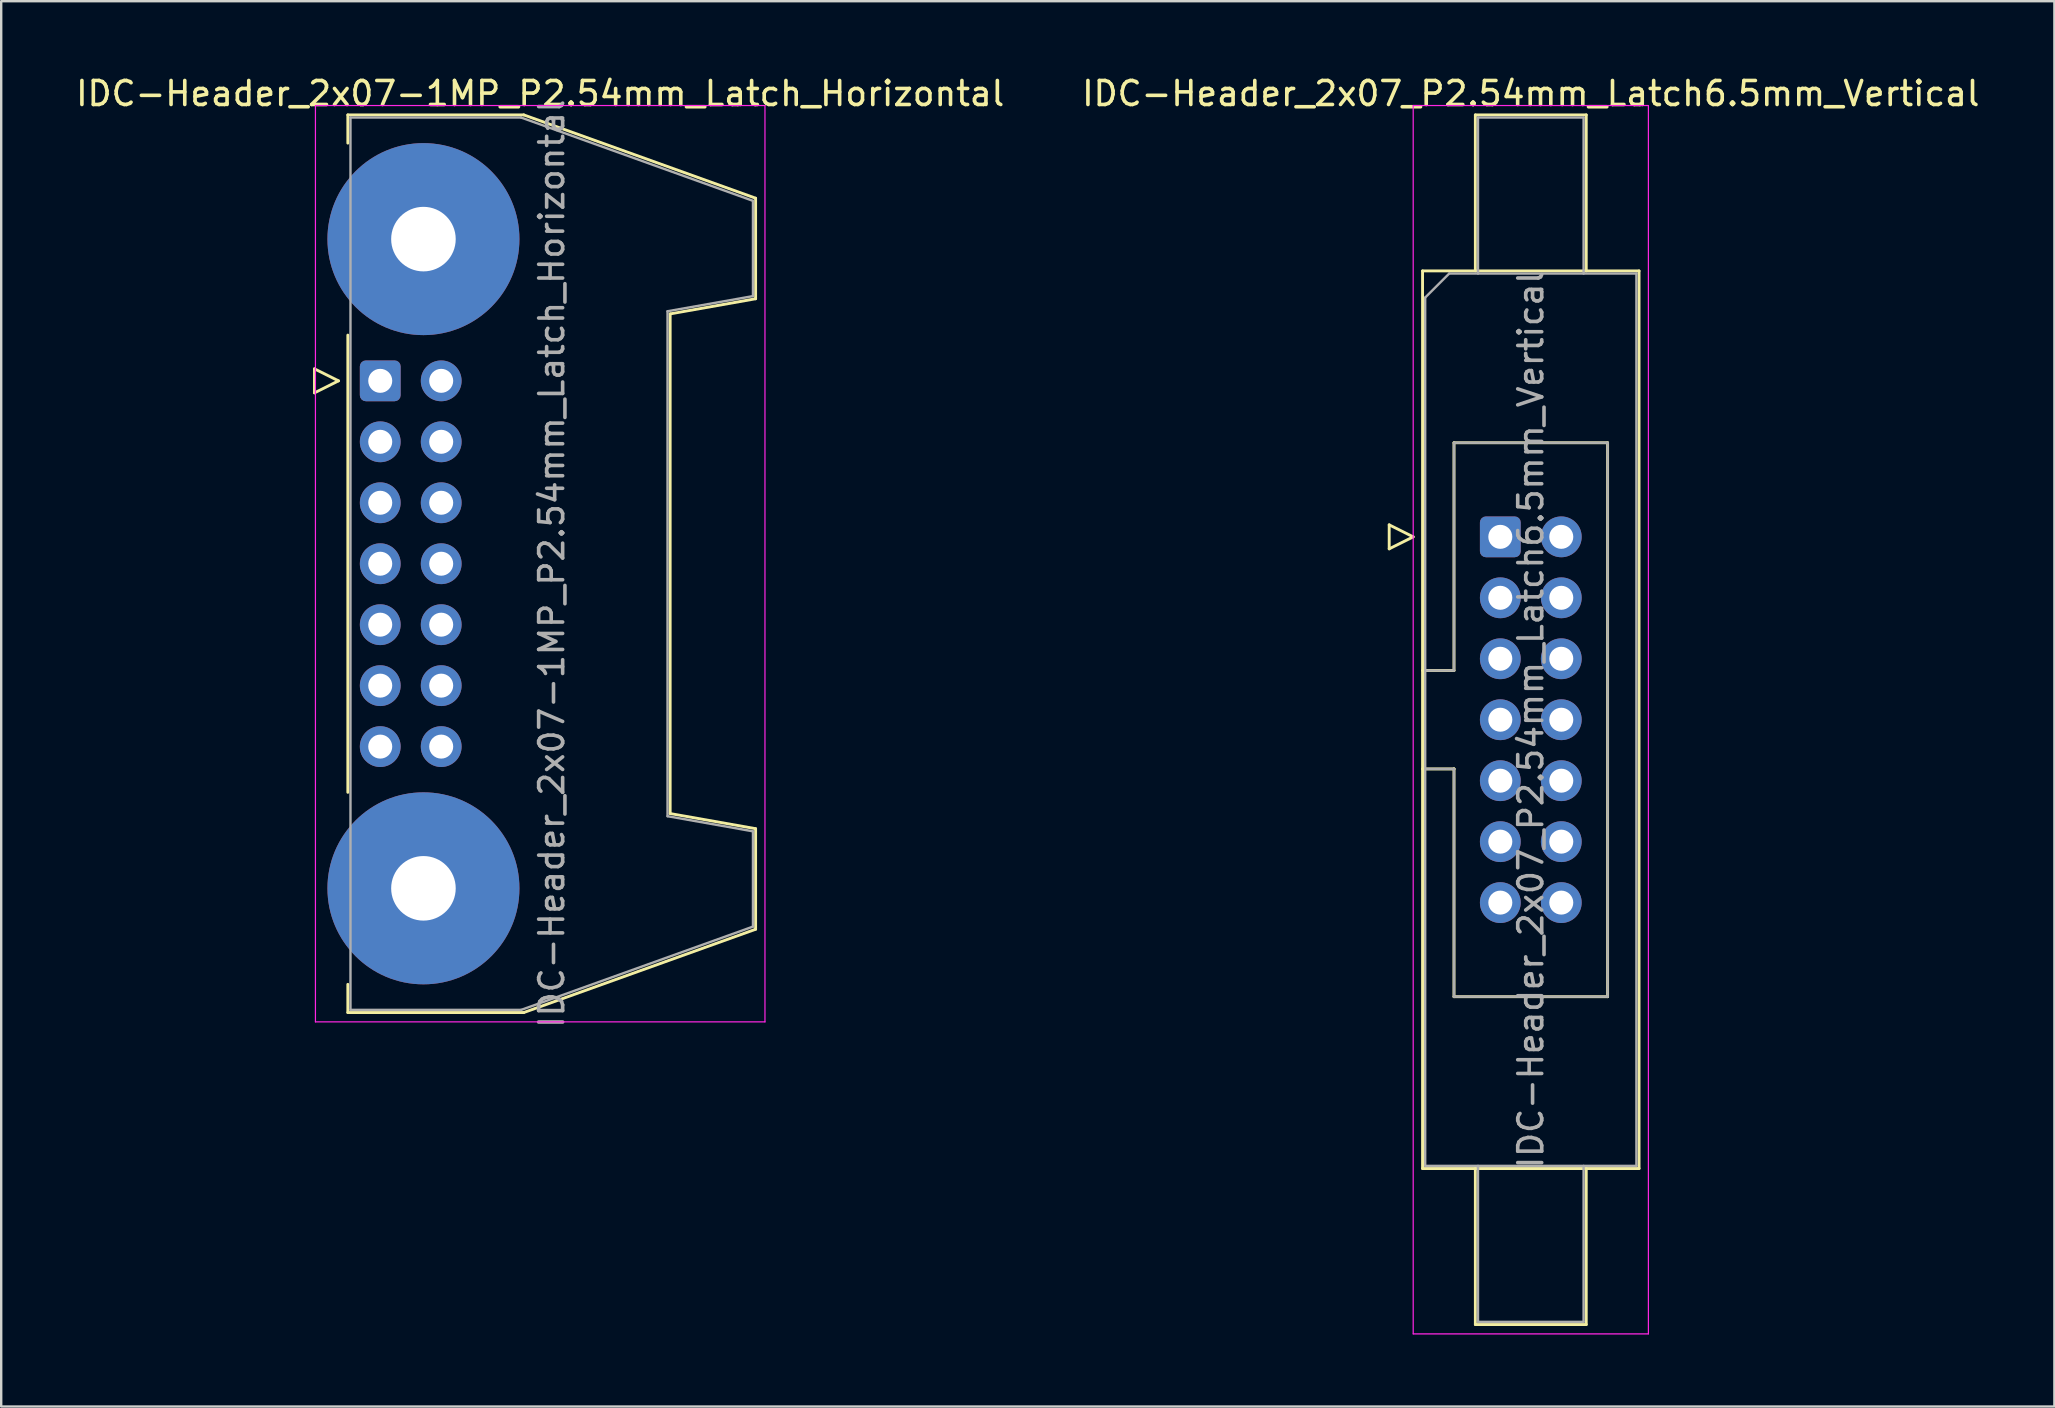
<source format=kicad_pcb>
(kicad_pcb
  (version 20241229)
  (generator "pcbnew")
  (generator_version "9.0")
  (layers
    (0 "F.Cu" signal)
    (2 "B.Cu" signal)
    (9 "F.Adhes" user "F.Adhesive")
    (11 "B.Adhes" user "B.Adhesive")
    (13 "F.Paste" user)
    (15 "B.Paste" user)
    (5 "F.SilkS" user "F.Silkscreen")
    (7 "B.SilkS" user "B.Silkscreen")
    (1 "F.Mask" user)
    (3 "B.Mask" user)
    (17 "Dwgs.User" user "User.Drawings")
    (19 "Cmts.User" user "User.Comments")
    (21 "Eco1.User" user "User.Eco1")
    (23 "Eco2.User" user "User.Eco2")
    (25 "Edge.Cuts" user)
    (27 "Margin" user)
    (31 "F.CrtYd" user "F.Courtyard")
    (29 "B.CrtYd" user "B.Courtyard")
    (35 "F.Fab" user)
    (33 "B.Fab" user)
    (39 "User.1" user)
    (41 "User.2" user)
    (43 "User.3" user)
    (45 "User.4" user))
  (footprint "IDC-Header_2x07-1MP_P2.54mm_Latch_Horizontal"
    (layer "F.Cu")
    (at 12.793 12.818)
    (property "Reference" "IDC-Header_2x07-1MP_P2.54mm_Latch_Horizontal" (at 6.665 -11.97 0) (layer "F.SilkS") (effects (font (size 1 1) (thickness 0.15))))
    (attr through_hole)
    (fp_line (start -2.74 -0.5) (end -2.74 0.5) (stroke (width 0.12) (type solid)) (layer "F.SilkS"))
    (fp_line (start -2.74 0.5) (end -1.74 0) (stroke (width 0.12) (type solid)) (layer "F.SilkS"))
    (fp_line (start -1.74 0) (end -2.74 -0.5) (stroke (width 0.12) (type solid)) (layer "F.SilkS"))
    (fp_line (start -1.35 -11.08) (end -1.35 -9.905) (stroke (width 0.12) (type solid)) (layer "F.SilkS"))
    (fp_line (start -1.35 -11.08) (end 5.98 -11.08) (stroke (width 0.12) (type solid)) (layer "F.SilkS"))
    (fp_line (start -1.35 -1.905) (end -1.35 17.145) (stroke (width 0.12) (type solid)) (layer "F.SilkS"))
    (fp_line (start -1.35 25.145) (end -1.35 26.32) (stroke (width 0.12) (type solid)) (layer "F.SilkS"))
    (fp_line (start 5.98 -11.08) (end 15.64 -7.61) (stroke (width 0.12) (type solid)) (layer "F.SilkS"))
    (fp_line (start 5.98 26.32) (end -1.35 26.32) (stroke (width 0.12) (type solid)) (layer "F.SilkS"))
    (fp_line (start 12.08 -2.79) (end 12.08 18.03) (stroke (width 0.12) (type solid)) (layer "F.SilkS"))
    (fp_line (start 12.08 18.03) (end 15.64 18.66) (stroke (width 0.12) (type solid)) (layer "F.SilkS"))
    (fp_line (start 15.64 -7.61) (end 15.64 -3.42) (stroke (width 0.12) (type solid)) (layer "F.SilkS"))
    (fp_line (start 15.64 -3.42) (end 12.08 -2.79) (stroke (width 0.12) (type solid)) (layer "F.SilkS"))
    (fp_line (start 15.64 18.66) (end 15.64 22.85) (stroke (width 0.12) (type solid)) (layer "F.SilkS"))
    (fp_line (start 15.64 22.85) (end 5.98 26.32) (stroke (width 0.12) (type solid)) (layer "F.SilkS"))
    (fp_line (start -2.7 -11.47) (end -2.7 26.71) (stroke (width 0.05) (type solid)) (layer "F.CrtYd"))
    (fp_line (start -2.7 26.71) (end 16.03 26.71) (stroke (width 0.05) (type solid)) (layer "F.CrtYd"))
    (fp_line (start 16.03 -11.47) (end -2.7 -11.47) (stroke (width 0.05) (type solid)) (layer "F.CrtYd"))
    (fp_line (start 16.03 26.71) (end 16.03 -11.47) (stroke (width 0.05) (type solid)) (layer "F.CrtYd"))
    (fp_line (start -1.24 -10.97) (end 5.87 -10.97) (stroke (width 0.1) (type solid)) (layer "F.Fab"))
    (fp_line (start -1.24 26.21) (end -1.24 -10.97) (stroke (width 0.1) (type solid)) (layer "F.Fab"))
    (fp_line (start 5.87 -10.97) (end 15.53 -7.5) (stroke (width 0.1) (type solid)) (layer "F.Fab"))
    (fp_line (start 5.87 26.21) (end -1.24 26.21) (stroke (width 0.1) (type solid)) (layer "F.Fab"))
    (fp_line (start 11.97 -2.9) (end 11.97 18.14) (stroke (width 0.1) (type solid)) (layer "F.Fab"))
    (fp_line (start 11.97 18.14) (end 15.53 18.77) (stroke (width 0.1) (type solid)) (layer "F.Fab"))
    (fp_line (start 15.53 -7.5) (end 15.53 -3.53) (stroke (width 0.1) (type solid)) (layer "F.Fab"))
    (fp_line (start 15.53 -3.53) (end 11.97 -2.9) (stroke (width 0.1) (type solid)) (layer "F.Fab"))
    (fp_line (start 15.53 18.77) (end 15.53 22.74) (stroke (width 0.1) (type solid)) (layer "F.Fab"))
    (fp_line (start 15.53 22.74) (end 5.87 26.21) (stroke (width 0.1) (type solid)) (layer "F.Fab"))
    (fp_text user "${REFERENCE}" (at 7.145 7.62 90) (layer "F.Fab") (effects (font (size 1 1) (thickness 0.15))))
    (pad "1" thru_hole roundrect (at 0 0) (size 1.7 1.7) (drill 1) (layers "*.Cu" "*.Mask") (roundrect_rratio 0.147))
    (pad "2" thru_hole circle (at 2.54 0) (size 1.7 1.7) (drill 1) (layers "*.Cu" "*.Mask"))
    (pad "3" thru_hole circle (at 0 2.54) (size 1.7 1.7) (drill 1) (layers "*.Cu" "*.Mask"))
    (pad "4" thru_hole circle (at 2.54 2.54) (size 1.7 1.7) (drill 1) (layers "*.Cu" "*.Mask"))
    (pad "5" thru_hole circle (at 0 5.08) (size 1.7 1.7) (drill 1) (layers "*.Cu" "*.Mask"))
    (pad "6" thru_hole circle (at 2.54 5.08) (size 1.7 1.7) (drill 1) (layers "*.Cu" "*.Mask"))
    (pad "7" thru_hole circle (at 0 7.62) (size 1.7 1.7) (drill 1) (layers "*.Cu" "*.Mask"))
    (pad "8" thru_hole circle (at 2.54 7.62) (size 1.7 1.7) (drill 1) (layers "*.Cu" "*.Mask"))
    (pad "9" thru_hole circle (at 0 10.16) (size 1.7 1.7) (drill 1) (layers "*.Cu" "*.Mask"))
    (pad "10" thru_hole circle (at 2.54 10.16) (size 1.7 1.7) (drill 1) (layers "*.Cu" "*.Mask"))
    (pad "11" thru_hole circle (at 0 12.7) (size 1.7 1.7) (drill 1) (layers "*.Cu" "*.Mask"))
    (pad "12" thru_hole circle (at 2.54 12.7) (size 1.7 1.7) (drill 1) (layers "*.Cu" "*.Mask"))
    (pad "13" thru_hole circle (at 0 15.24) (size 1.7 1.7) (drill 1) (layers "*.Cu" "*.Mask"))
    (pad "14" thru_hole circle (at 2.54 15.24) (size 1.7 1.7) (drill 1) (layers "*.Cu" "*.Mask"))
    (pad "MP" thru_hole circle (at 1.8 -5.905) (size 8 8) (drill 2.69) (layers "*.Cu" "*.Mask"))
    (pad "MP" thru_hole circle (at 1.8 21.145) (size 8 8) (drill 2.69) (layers "*.Cu" "*.Mask")))
  (footprint "IDC-Header_2x07_P2.54mm_Latch6.5mm_Vertical"
    (layer "F.Cu")
    (at 59.462 19.318)
    (property "Reference" "IDC-Header_2x07_P2.54mm_Latch6.5mm_Vertical" (at 1.27 -18.47 0) (layer "F.SilkS") (effects (font (size 1 1) (thickness 0.15))))
    (attr through_hole)
    (fp_line (start -4.63 -0.5) (end -4.63 0.5) (stroke (width 0.12) (type solid)) (layer "F.SilkS"))
    (fp_line (start -4.63 0.5) (end -3.63 0) (stroke (width 0.12) (type solid)) (layer "F.SilkS"))
    (fp_line (start -3.63 0) (end -4.63 -0.5) (stroke (width 0.12) (type solid)) (layer "F.SilkS"))
    (fp_line (start -3.24 -11.08) (end 5.78 -11.08) (stroke (width 0.12) (type solid)) (layer "F.SilkS"))
    (fp_line (start -3.24 5.57) (end -1.93 5.57) (stroke (width 0.12) (type solid)) (layer "F.SilkS"))
    (fp_line (start -3.24 26.32) (end -3.24 -11.08) (stroke (width 0.12) (type solid)) (layer "F.SilkS"))
    (fp_line (start -1.93 -3.92) (end 4.47 -3.92) (stroke (width 0.12) (type solid)) (layer "F.SilkS"))
    (fp_line (start -1.93 5.57) (end -1.93 -3.92) (stroke (width 0.12) (type solid)) (layer "F.SilkS"))
    (fp_line (start -1.93 9.67) (end -3.24 9.67) (stroke (width 0.12) (type solid)) (layer "F.SilkS"))
    (fp_line (start -1.93 9.67) (end -1.93 9.67) (stroke (width 0.12) (type solid)) (layer "F.SilkS"))
    (fp_line (start -1.93 19.16) (end -1.93 9.67) (stroke (width 0.12) (type solid)) (layer "F.SilkS"))
    (fp_line (start -1.04 -17.58) (end 3.58 -17.58) (stroke (width 0.12) (type solid)) (layer "F.SilkS"))
    (fp_line (start -1.04 -11.08) (end -1.04 -17.58) (stroke (width 0.12) (type solid)) (layer "F.SilkS"))
    (fp_line (start -1.04 26.32) (end -1.04 32.82) (stroke (width 0.12) (type solid)) (layer "F.SilkS"))
    (fp_line (start -1.04 32.82) (end 3.58 32.82) (stroke (width 0.12) (type solid)) (layer "F.SilkS"))
    (fp_line (start 3.58 -17.58) (end 3.58 -11.08) (stroke (width 0.12) (type solid)) (layer "F.SilkS"))
    (fp_line (start 3.58 32.82) (end 3.58 26.32) (stroke (width 0.12) (type solid)) (layer "F.SilkS"))
    (fp_line (start 4.47 -3.92) (end 4.47 19.16) (stroke (width 0.12) (type solid)) (layer "F.SilkS"))
    (fp_line (start 4.47 19.16) (end -1.93 19.16) (stroke (width 0.12) (type solid)) (layer "F.SilkS"))
    (fp_line (start 5.78 -11.08) (end 5.78 26.32) (stroke (width 0.12) (type solid)) (layer "F.SilkS"))
    (fp_line (start 5.78 26.32) (end -3.24 26.32) (stroke (width 0.12) (type solid)) (layer "F.SilkS"))
    (fp_line (start -3.63 -17.97) (end -3.63 33.21) (stroke (width 0.05) (type solid)) (layer "F.CrtYd"))
    (fp_line (start -3.63 33.21) (end 6.17 33.21) (stroke (width 0.05) (type solid)) (layer "F.CrtYd"))
    (fp_line (start 6.17 -17.97) (end -3.63 -17.97) (stroke (width 0.05) (type solid)) (layer "F.CrtYd"))
    (fp_line (start 6.17 33.21) (end 6.17 -17.97) (stroke (width 0.05) (type solid)) (layer "F.CrtYd"))
    (fp_line (start -3.13 -9.97) (end -2.13 -10.97) (stroke (width 0.1) (type solid)) (layer "F.Fab"))
    (fp_line (start -3.13 5.57) (end -1.93 5.57) (stroke (width 0.1) (type solid)) (layer "F.Fab"))
    (fp_line (start -3.13 26.21) (end -3.13 -9.97) (stroke (width 0.1) (type solid)) (layer "F.Fab"))
    (fp_line (start -2.13 -10.97) (end 5.67 -10.97) (stroke (width 0.1) (type solid)) (layer "F.Fab"))
    (fp_line (start -1.93 -3.92) (end 4.47 -3.92) (stroke (width 0.1) (type solid)) (layer "F.Fab"))
    (fp_line (start -1.93 5.57) (end -1.93 -3.92) (stroke (width 0.1) (type solid)) (layer "F.Fab"))
    (fp_line (start -1.93 9.67) (end -3.13 9.67) (stroke (width 0.1) (type solid)) (layer "F.Fab"))
    (fp_line (start -1.93 9.67) (end -1.93 9.67) (stroke (width 0.1) (type solid)) (layer "F.Fab"))
    (fp_line (start -1.93 19.16) (end -1.93 9.67) (stroke (width 0.1) (type solid)) (layer "F.Fab"))
    (fp_line (start -0.93 -17.47) (end 3.47 -17.47) (stroke (width 0.1) (type solid)) (layer "F.Fab"))
    (fp_line (start -0.93 -10.97) (end -0.93 -17.47) (stroke (width 0.1) (type solid)) (layer "F.Fab"))
    (fp_line (start -0.93 26.21) (end -0.93 32.71) (stroke (width 0.1) (type solid)) (layer "F.Fab"))
    (fp_line (start -0.93 32.71) (end 3.47 32.71) (stroke (width 0.1) (type solid)) (layer "F.Fab"))
    (fp_line (start 3.47 -17.47) (end 3.47 -10.97) (stroke (width 0.1) (type solid)) (layer "F.Fab"))
    (fp_line (start 3.47 32.71) (end 3.47 26.21) (stroke (width 0.1) (type solid)) (layer "F.Fab"))
    (fp_line (start 4.47 -3.92) (end 4.47 19.16) (stroke (width 0.1) (type solid)) (layer "F.Fab"))
    (fp_line (start 4.47 19.16) (end -1.93 19.16) (stroke (width 0.1) (type solid)) (layer "F.Fab"))
    (fp_line (start 5.67 -10.97) (end 5.67 26.21) (stroke (width 0.1) (type solid)) (layer "F.Fab"))
    (fp_line (start 5.67 26.21) (end -3.13 26.21) (stroke (width 0.1) (type solid)) (layer "F.Fab"))
    (fp_text user "${REFERENCE}" (at 1.27 7.62 90) (layer "F.Fab") (effects (font (size 1 1) (thickness 0.15))))
    (pad "1" thru_hole roundrect (at 0 0) (size 1.7 1.7) (drill 1) (layers "*.Cu" "*.Mask") (roundrect_rratio 0.147))
    (pad "2" thru_hole circle (at 2.54 0) (size 1.7 1.7) (drill 1) (layers "*.Cu" "*.Mask"))
    (pad "3" thru_hole circle (at 0 2.54) (size 1.7 1.7) (drill 1) (layers "*.Cu" "*.Mask"))
    (pad "4" thru_hole circle (at 2.54 2.54) (size 1.7 1.7) (drill 1) (layers "*.Cu" "*.Mask"))
    (pad "5" thru_hole circle (at 0 5.08) (size 1.7 1.7) (drill 1) (layers "*.Cu" "*.Mask"))
    (pad "6" thru_hole circle (at 2.54 5.08) (size 1.7 1.7) (drill 1) (layers "*.Cu" "*.Mask"))
    (pad "7" thru_hole circle (at 0 7.62) (size 1.7 1.7) (drill 1) (layers "*.Cu" "*.Mask"))
    (pad "8" thru_hole circle (at 2.54 7.62) (size 1.7 1.7) (drill 1) (layers "*.Cu" "*.Mask"))
    (pad "9" thru_hole circle (at 0 10.16) (size 1.7 1.7) (drill 1) (layers "*.Cu" "*.Mask"))
    (pad "10" thru_hole circle (at 2.54 10.16) (size 1.7 1.7) (drill 1) (layers "*.Cu" "*.Mask"))
    (pad "11" thru_hole circle (at 0 12.7) (size 1.7 1.7) (drill 1) (layers "*.Cu" "*.Mask"))
    (pad "12" thru_hole circle (at 2.54 12.7) (size 1.7 1.7) (drill 1) (layers "*.Cu" "*.Mask"))
    (pad "13" thru_hole circle (at 0 15.24) (size 1.7 1.7) (drill 1) (layers "*.Cu" "*.Mask"))
    (pad "14" thru_hole circle (at 2.54 15.24) (size 1.7 1.7) (drill 1) (layers "*.Cu" "*.Mask")))
  (gr_rect
    (start -3 -3)
    (end 82.548 55.553)
    (stroke (width 0.1) (type default))
    (fill no)
    (layer "Edge.Cuts")))
</source>
